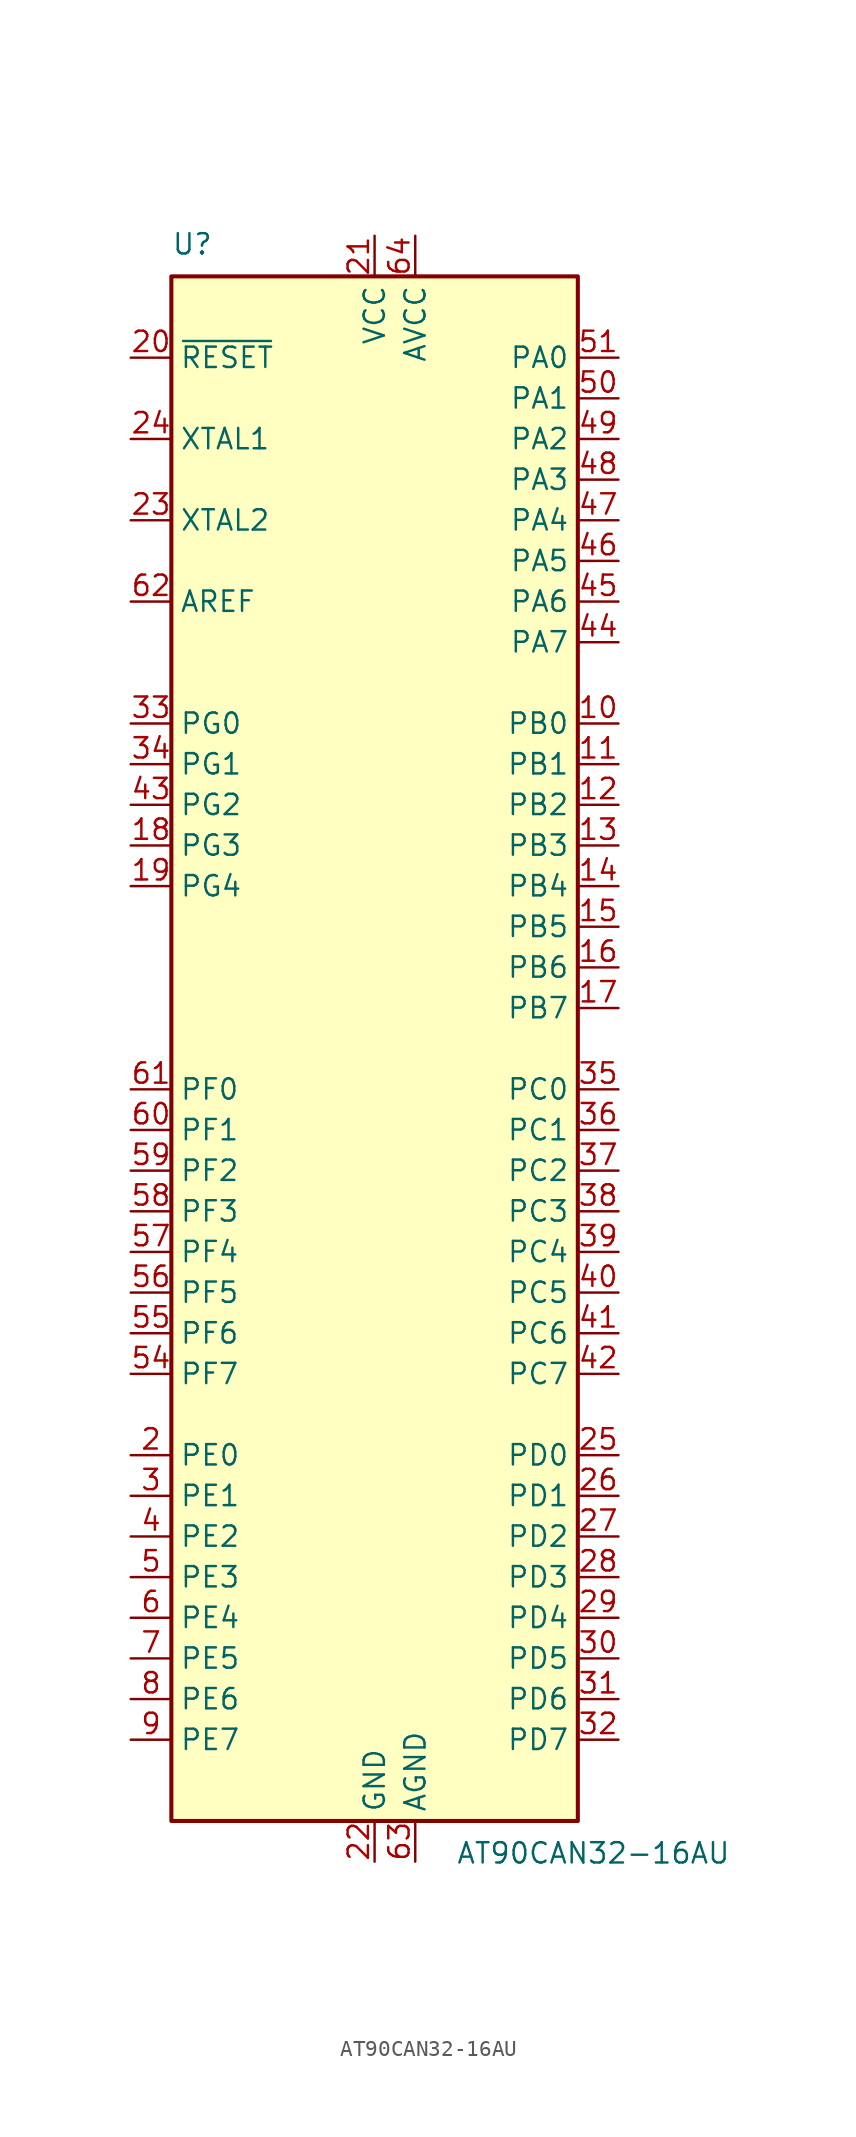
<source format=kicad_sym>
(kicad_symbol_lib
  (version 20211014)
  (generator kicad_symbol_editor)
  (symbol "AT90CAN32-16AU"
    (property "Reference" "U"
      (at -12.7 49.53 0)
      (effects (font (size 1.27 1.27)) (justify left bottom)))
    (property "Value" "AT90CAN32-16AU"
      (at 5.08 -49.53 0)
      (effects (font (size 1.27 1.27)) (justify left top)))
    (symbol "AT90CAN32-16AU_0_1"
      (rectangle (start -12.7 -48.26) (end 12.7 48.26) (stroke (width 0.254) (type default) (color 0 0 0 0)) (fill (type background))))
    (symbol "AT90CAN32-16AU_1_1"
      (pin no_connect line (at -12.7 -45.72 0) (length 2.54) hide (name "NC" (effects (font (size 1.27 1.27)))) (number "1" (effects (font (size 1.27 1.27)))))
      (pin bidirectional line (at 15.24 20.32 180) (length 2.54) (name "PB0" (effects (font (size 1.27 1.27)))) (number "10" (effects (font (size 1.27 1.27)))))
      (pin bidirectional line (at 15.24 17.78 180) (length 2.54) (name "PB1" (effects (font (size 1.27 1.27)))) (number "11" (effects (font (size 1.27 1.27)))))
      (pin bidirectional line (at 15.24 15.24 180) (length 2.54) (name "PB2" (effects (font (size 1.27 1.27)))) (number "12" (effects (font (size 1.27 1.27)))))
      (pin bidirectional line (at 15.24 12.7 180) (length 2.54) (name "PB3" (effects (font (size 1.27 1.27)))) (number "13" (effects (font (size 1.27 1.27)))))
      (pin bidirectional line (at 15.24 10.16 180) (length 2.54) (name "PB4" (effects (font (size 1.27 1.27)))) (number "14" (effects (font (size 1.27 1.27)))))
      (pin bidirectional line (at 15.24 7.62 180) (length 2.54) (name "PB5" (effects (font (size 1.27 1.27)))) (number "15" (effects (font (size 1.27 1.27)))))
      (pin bidirectional line (at 15.24 5.08 180) (length 2.54) (name "PB6" (effects (font (size 1.27 1.27)))) (number "16" (effects (font (size 1.27 1.27)))))
      (pin bidirectional line (at 15.24 2.54 180) (length 2.54) (name "PB7" (effects (font (size 1.27 1.27)))) (number "17" (effects (font (size 1.27 1.27)))))
      (pin bidirectional line (at -15.24 12.7 0) (length 2.54) (name "PG3" (effects (font (size 1.27 1.27)))) (number "18" (effects (font (size 1.27 1.27)))))
      (pin bidirectional line (at -15.24 10.16 0) (length 2.54) (name "PG4" (effects (font (size 1.27 1.27)))) (number "19" (effects (font (size 1.27 1.27)))))
      (pin bidirectional line (at -15.24 -25.4 0) (length 2.54) (name "PE0" (effects (font (size 1.27 1.27)))) (number "2" (effects (font (size 1.27 1.27)))))
      (pin input line (at -15.24 43.18 0) (length 2.54) (name "~{RESET}" (effects (font (size 1.27 1.27)))) (number "20" (effects (font (size 1.27 1.27)))))
      (pin power_in line (at 0 50.8 270) (length 2.54) (name "VCC" (effects (font (size 1.27 1.27)))) (number "21" (effects (font (size 1.27 1.27)))))
      (pin power_in line (at 0 -50.8 90) (length 2.54) (name "GND" (effects (font (size 1.27 1.27)))) (number "22" (effects (font (size 1.27 1.27)))))
      (pin output line (at -15.24 33.02 0) (length 2.54) (name "XTAL2" (effects (font (size 1.27 1.27)))) (number "23" (effects (font (size 1.27 1.27)))))
      (pin input line (at -15.24 38.1 0) (length 2.54) (name "XTAL1" (effects (font (size 1.27 1.27)))) (number "24" (effects (font (size 1.27 1.27)))))
      (pin bidirectional line (at 15.24 -25.4 180) (length 2.54) (name "PD0" (effects (font (size 1.27 1.27)))) (number "25" (effects (font (size 1.27 1.27)))))
      (pin bidirectional line (at 15.24 -27.94 180) (length 2.54) (name "PD1" (effects (font (size 1.27 1.27)))) (number "26" (effects (font (size 1.27 1.27)))))
      (pin bidirectional line (at 15.24 -30.48 180) (length 2.54) (name "PD2" (effects (font (size 1.27 1.27)))) (number "27" (effects (font (size 1.27 1.27)))))
      (pin bidirectional line (at 15.24 -33.02 180) (length 2.54) (name "PD3" (effects (font (size 1.27 1.27)))) (number "28" (effects (font (size 1.27 1.27)))))
      (pin bidirectional line (at 15.24 -35.56 180) (length 2.54) (name "PD4" (effects (font (size 1.27 1.27)))) (number "29" (effects (font (size 1.27 1.27)))))
      (pin bidirectional line (at -15.24 -27.94 0) (length 2.54) (name "PE1" (effects (font (size 1.27 1.27)))) (number "3" (effects (font (size 1.27 1.27)))))
      (pin bidirectional line (at 15.24 -38.1 180) (length 2.54) (name "PD5" (effects (font (size 1.27 1.27)))) (number "30" (effects (font (size 1.27 1.27)))))
      (pin bidirectional line (at 15.24 -40.64 180) (length 2.54) (name "PD6" (effects (font (size 1.27 1.27)))) (number "31" (effects (font (size 1.27 1.27)))))
      (pin bidirectional line (at 15.24 -43.18 180) (length 2.54) (name "PD7" (effects (font (size 1.27 1.27)))) (number "32" (effects (font (size 1.27 1.27)))))
      (pin bidirectional line (at -15.24 20.32 0) (length 2.54) (name "PG0" (effects (font (size 1.27 1.27)))) (number "33" (effects (font (size 1.27 1.27)))))
      (pin bidirectional line (at -15.24 17.78 0) (length 2.54) (name "PG1" (effects (font (size 1.27 1.27)))) (number "34" (effects (font (size 1.27 1.27)))))
      (pin bidirectional line (at 15.24 -2.54 180) (length 2.54) (name "PC0" (effects (font (size 1.27 1.27)))) (number "35" (effects (font (size 1.27 1.27)))))
      (pin bidirectional line (at 15.24 -5.08 180) (length 2.54) (name "PC1" (effects (font (size 1.27 1.27)))) (number "36" (effects (font (size 1.27 1.27)))))
      (pin bidirectional line (at 15.24 -7.62 180) (length 2.54) (name "PC2" (effects (font (size 1.27 1.27)))) (number "37" (effects (font (size 1.27 1.27)))))
      (pin bidirectional line (at 15.24 -10.16 180) (length 2.54) (name "PC3" (effects (font (size 1.27 1.27)))) (number "38" (effects (font (size 1.27 1.27)))))
      (pin bidirectional line (at 15.24 -12.7 180) (length 2.54) (name "PC4" (effects (font (size 1.27 1.27)))) (number "39" (effects (font (size 1.27 1.27)))))
      (pin bidirectional line (at -15.24 -30.48 0) (length 2.54) (name "PE2" (effects (font (size 1.27 1.27)))) (number "4" (effects (font (size 1.27 1.27)))))
      (pin bidirectional line (at 15.24 -15.24 180) (length 2.54) (name "PC5" (effects (font (size 1.27 1.27)))) (number "40" (effects (font (size 1.27 1.27)))))
      (pin bidirectional line (at 15.24 -17.78 180) (length 2.54) (name "PC6" (effects (font (size 1.27 1.27)))) (number "41" (effects (font (size 1.27 1.27)))))
      (pin bidirectional line (at 15.24 -20.32 180) (length 2.54) (name "PC7" (effects (font (size 1.27 1.27)))) (number "42" (effects (font (size 1.27 1.27)))))
      (pin bidirectional line (at -15.24 15.24 0) (length 2.54) (name "PG2" (effects (font (size 1.27 1.27)))) (number "43" (effects (font (size 1.27 1.27)))))
      (pin bidirectional line (at 15.24 25.4 180) (length 2.54) (name "PA7" (effects (font (size 1.27 1.27)))) (number "44" (effects (font (size 1.27 1.27)))))
      (pin bidirectional line (at 15.24 27.94 180) (length 2.54) (name "PA6" (effects (font (size 1.27 1.27)))) (number "45" (effects (font (size 1.27 1.27)))))
      (pin bidirectional line (at 15.24 30.48 180) (length 2.54) (name "PA5" (effects (font (size 1.27 1.27)))) (number "46" (effects (font (size 1.27 1.27)))))
      (pin bidirectional line (at 15.24 33.02 180) (length 2.54) (name "PA4" (effects (font (size 1.27 1.27)))) (number "47" (effects (font (size 1.27 1.27)))))
      (pin bidirectional line (at 15.24 35.56 180) (length 2.54) (name "PA3" (effects (font (size 1.27 1.27)))) (number "48" (effects (font (size 1.27 1.27)))))
      (pin bidirectional line (at 15.24 38.1 180) (length 2.54) (name "PA2" (effects (font (size 1.27 1.27)))) (number "49" (effects (font (size 1.27 1.27)))))
      (pin bidirectional line (at -15.24 -33.02 0) (length 2.54) (name "PE3" (effects (font (size 1.27 1.27)))) (number "5" (effects (font (size 1.27 1.27)))))
      (pin bidirectional line (at 15.24 40.64 180) (length 2.54) (name "PA1" (effects (font (size 1.27 1.27)))) (number "50" (effects (font (size 1.27 1.27)))))
      (pin bidirectional line (at 15.24 43.18 180) (length 2.54) (name "PA0" (effects (font (size 1.27 1.27)))) (number "51" (effects (font (size 1.27 1.27)))))
      (pin passive line (at 0 50.8 270) (length 2.54) hide (name "VCC" (effects (font (size 1.27 1.27)))) (number "52" (effects (font (size 1.27 1.27)))))
      (pin passive line (at 0 -50.8 90) (length 2.54) hide (name "GND" (effects (font (size 1.27 1.27)))) (number "53" (effects (font (size 1.27 1.27)))))
      (pin bidirectional line (at -15.24 -20.32 0) (length 2.54) (name "PF7" (effects (font (size 1.27 1.27)))) (number "54" (effects (font (size 1.27 1.27)))))
      (pin bidirectional line (at -15.24 -17.78 0) (length 2.54) (name "PF6" (effects (font (size 1.27 1.27)))) (number "55" (effects (font (size 1.27 1.27)))))
      (pin bidirectional line (at -15.24 -15.24 0) (length 2.54) (name "PF5" (effects (font (size 1.27 1.27)))) (number "56" (effects (font (size 1.27 1.27)))))
      (pin bidirectional line (at -15.24 -12.7 0) (length 2.54) (name "PF4" (effects (font (size 1.27 1.27)))) (number "57" (effects (font (size 1.27 1.27)))))
      (pin bidirectional line (at -15.24 -10.16 0) (length 2.54) (name "PF3" (effects (font (size 1.27 1.27)))) (number "58" (effects (font (size 1.27 1.27)))))
      (pin bidirectional line (at -15.24 -7.62 0) (length 2.54) (name "PF2" (effects (font (size 1.27 1.27)))) (number "59" (effects (font (size 1.27 1.27)))))
      (pin bidirectional line (at -15.24 -35.56 0) (length 2.54) (name "PE4" (effects (font (size 1.27 1.27)))) (number "6" (effects (font (size 1.27 1.27)))))
      (pin bidirectional line (at -15.24 -5.08 0) (length 2.54) (name "PF1" (effects (font (size 1.27 1.27)))) (number "60" (effects (font (size 1.27 1.27)))))
      (pin bidirectional line (at -15.24 -2.54 0) (length 2.54) (name "PF0" (effects (font (size 1.27 1.27)))) (number "61" (effects (font (size 1.27 1.27)))))
      (pin passive line (at -15.24 27.94 0) (length 2.54) (name "AREF" (effects (font (size 1.27 1.27)))) (number "62" (effects (font (size 1.27 1.27)))))
      (pin power_in line (at 2.54 -50.8 90) (length 2.54) (name "AGND" (effects (font (size 1.27 1.27)))) (number "63" (effects (font (size 1.27 1.27)))))
      (pin power_in line (at 2.54 50.8 270) (length 2.54) (name "AVCC" (effects (font (size 1.27 1.27)))) (number "64" (effects (font (size 1.27 1.27)))))
      (pin bidirectional line (at -15.24 -38.1 0) (length 2.54) (name "PE5" (effects (font (size 1.27 1.27)))) (number "7" (effects (font (size 1.27 1.27)))))
      (pin bidirectional line (at -15.24 -40.64 0) (length 2.54) (name "PE6" (effects (font (size 1.27 1.27)))) (number "8" (effects (font (size 1.27 1.27)))))
      (pin bidirectional line (at -15.24 -43.18 0) (length 2.54) (name "PE7" (effects (font (size 1.27 1.27)))) (number "9" (effects (font (size 1.27 1.27))))))))
</source>
